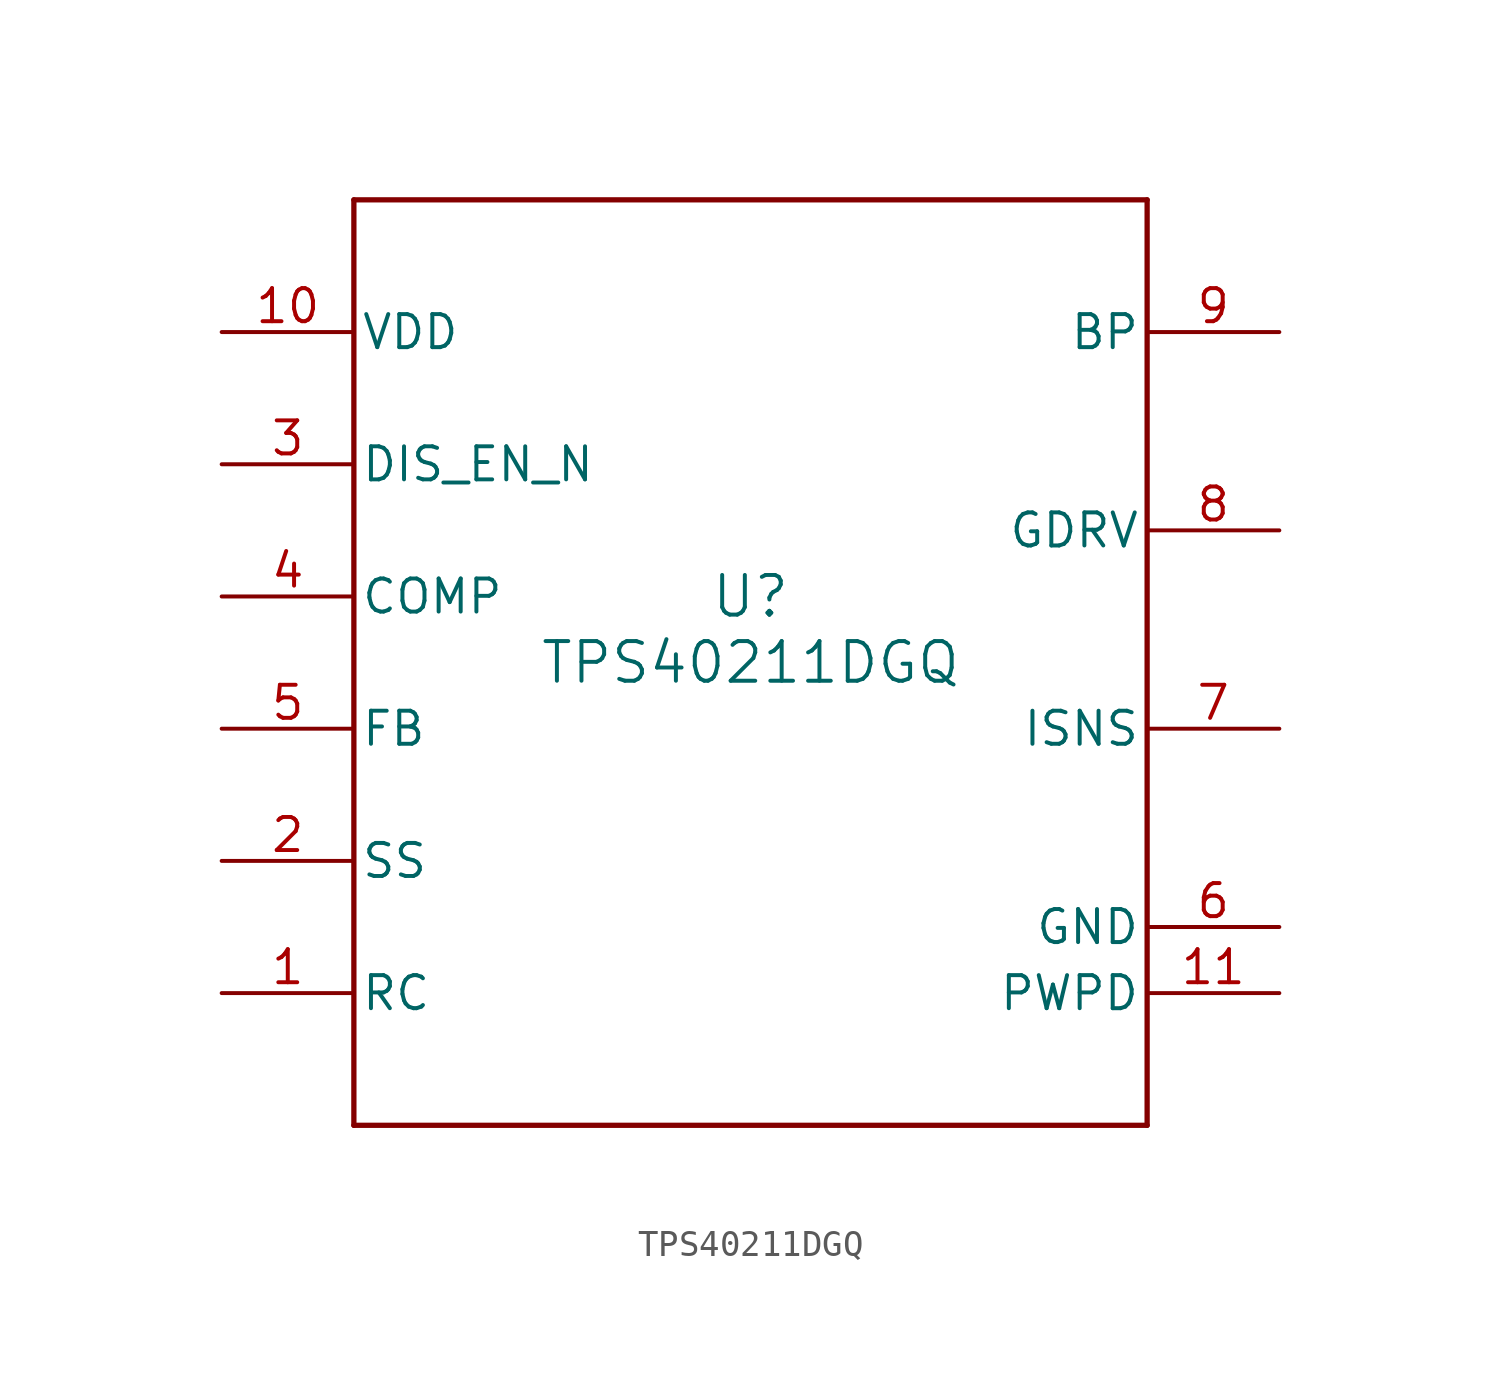
<source format=kicad_sym>
(kicad_symbol_lib
  (version 20211014)
  (generator kicad_symbol_editor)
  (symbol "TPS40211DGQ"
    (pin_names
      (offset 0.254))
    (property "Reference" "U"
      (at 0 2.54 0)
      (effects (font (size 1.524 1.524))))
    (property "Value" "TPS40211DGQ"
      (at 0 0 0)
      (effects (font (size 1.524 1.524))))
    (symbol "TPS40211DGQ_0_1"
      (polyline (pts (xy -15.24 -17.78) (xy 15.24 -17.78)) (stroke (width 0.203) (type default) (color 0 0 0 0)) (fill (type none)))
      (polyline (pts (xy 15.24 -17.78) (xy 15.24 17.78)) (stroke (width 0.203) (type default) (color 0 0 0 0)) (fill (type none)))
      (polyline (pts (xy 15.24 17.78) (xy -15.24 17.78)) (stroke (width 0.203) (type default) (color 0 0 0 0)) (fill (type none)))
      (polyline (pts (xy -15.24 17.78) (xy -15.24 -17.78)) (stroke (width 0.203) (type default) (color 0 0 0 0)) (fill (type none)))
      (pin input line (at -20.32 -12.7 0) (length 5.08) (name "RC" (effects (font (size 1.27 1.27)))) (number "1" (effects (font (size 1.27 1.27)))))
      (pin input line (at -20.32 -7.62 0) (length 5.08) (name "SS" (effects (font (size 1.27 1.27)))) (number "2" (effects (font (size 1.27 1.27)))))
      (pin input line (at -20.32 7.62 0) (length 5.08) (name "DIS_EN_N" (effects (font (size 1.27 1.27)))) (number "3" (effects (font (size 1.27 1.27)))))
      (pin output line (at -20.32 2.54 0) (length 5.08) (name "COMP" (effects (font (size 1.27 1.27)))) (number "4" (effects (font (size 1.27 1.27)))))
      (pin input line (at -20.32 -2.54 0) (length 5.08) (name "FB" (effects (font (size 1.27 1.27)))) (number "5" (effects (font (size 1.27 1.27)))))
      (pin power_in line (at 20.32 -10.16 180) (length 5.08) (name "GND" (effects (font (size 1.27 1.27)))) (number "6" (effects (font (size 1.27 1.27)))))
      (pin input line (at 20.32 -2.54 180) (length 5.08) (name "ISNS" (effects (font (size 1.27 1.27)))) (number "7" (effects (font (size 1.27 1.27)))))
      (pin power_in line (at 20.32 5.08 180) (length 5.08) (name "GDRV" (effects (font (size 1.27 1.27)))) (number "8" (effects (font (size 1.27 1.27)))))
      (pin power_in line (at 20.32 12.7 180) (length 5.08) (name "BP" (effects (font (size 1.27 1.27)))) (number "9" (effects (font (size 1.27 1.27)))))
      (pin power_in line (at -20.32 12.7 0) (length 5.08) (name "VDD" (effects (font (size 1.27 1.27)))) (number "10" (effects (font (size 1.27 1.27)))))
      (pin power_in line (at 20.32 -12.7 180) (length 5.08) (name "PWPD" (effects (font (size 1.27 1.27)))) (number "11" (effects (font (size 1.27 1.27))))))))
</source>
